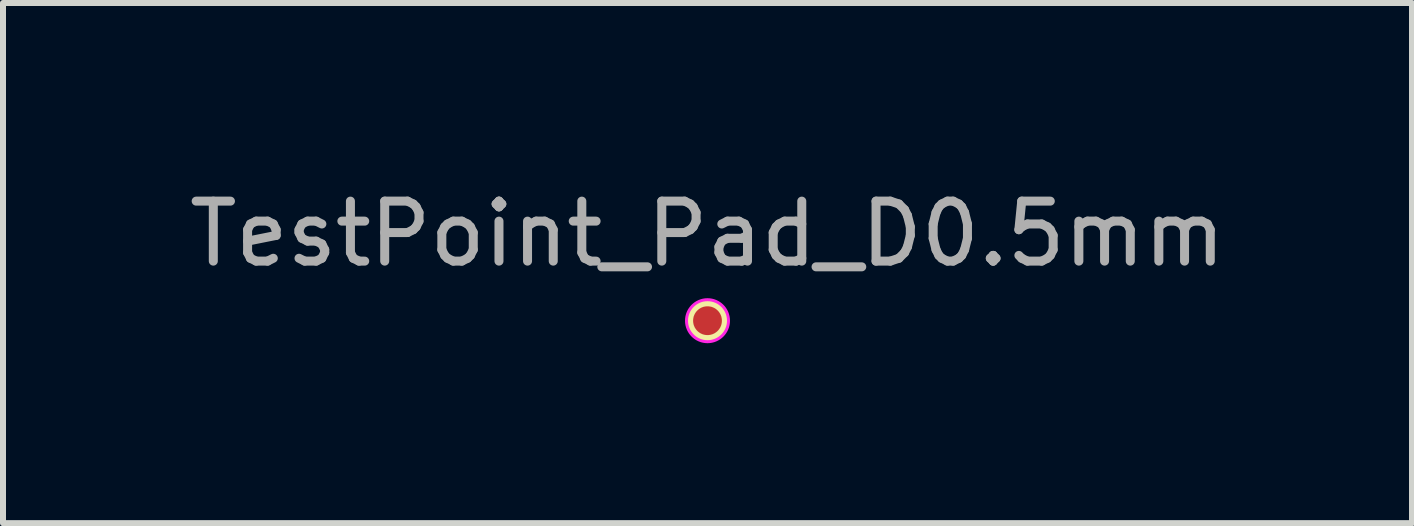
<source format=kicad_pcb>
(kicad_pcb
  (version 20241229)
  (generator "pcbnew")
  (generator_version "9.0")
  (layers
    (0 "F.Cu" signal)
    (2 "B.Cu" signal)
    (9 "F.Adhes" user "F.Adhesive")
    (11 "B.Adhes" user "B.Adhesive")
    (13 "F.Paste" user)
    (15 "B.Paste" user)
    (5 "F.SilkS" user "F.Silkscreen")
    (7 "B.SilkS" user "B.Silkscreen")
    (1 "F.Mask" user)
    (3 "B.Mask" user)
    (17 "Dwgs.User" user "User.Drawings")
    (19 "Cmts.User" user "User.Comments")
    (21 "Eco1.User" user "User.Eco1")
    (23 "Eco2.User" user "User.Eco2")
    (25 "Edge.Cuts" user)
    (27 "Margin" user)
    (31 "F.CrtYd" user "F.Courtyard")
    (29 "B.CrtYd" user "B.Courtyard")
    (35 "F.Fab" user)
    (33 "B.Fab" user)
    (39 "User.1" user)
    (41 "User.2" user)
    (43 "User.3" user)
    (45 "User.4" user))
  (footprint "TestPoint_Pad_D0.5mm"
    (layer "F.Cu")
    (at 8.744 2.296)
    (property "Reference" "TestPoint_Pad_D0.5mm" (at 0 -1.448 0) (layer "F.Fab") (effects (font (size 1 1) (thickness 0.15))))
    (attr exclude_from_pos_files)
    (fp_circle (center 0 0) (end 0 0.3) (stroke (width 0.12) (type solid)) (fill no) (layer "F.SilkS"))
    (fp_circle (center 0 0) (end 0.35 0) (stroke (width 0.05) (type solid)) (fill no) (layer "F.CrtYd"))
    (pad "1" smd circle (at 0 0) (size 0.5 0.5) (layers "F.Cu" "F.Mask")))
  (gr_rect
    (start -3 -3)
    (end 20.488 5.671)
    (stroke (width 0.1) (type default))
    (fill no)
    (layer "Edge.Cuts")))
</source>
